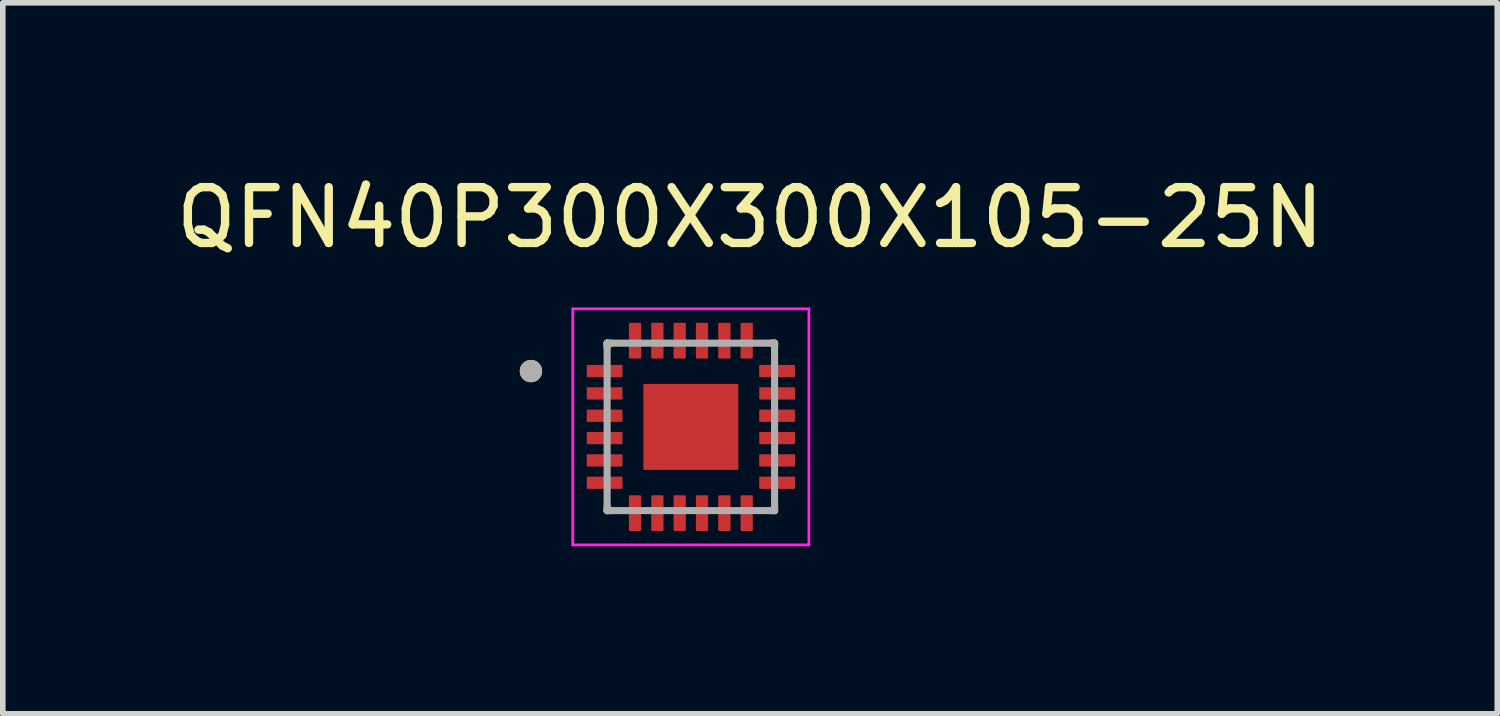
<source format=kicad_pcb>
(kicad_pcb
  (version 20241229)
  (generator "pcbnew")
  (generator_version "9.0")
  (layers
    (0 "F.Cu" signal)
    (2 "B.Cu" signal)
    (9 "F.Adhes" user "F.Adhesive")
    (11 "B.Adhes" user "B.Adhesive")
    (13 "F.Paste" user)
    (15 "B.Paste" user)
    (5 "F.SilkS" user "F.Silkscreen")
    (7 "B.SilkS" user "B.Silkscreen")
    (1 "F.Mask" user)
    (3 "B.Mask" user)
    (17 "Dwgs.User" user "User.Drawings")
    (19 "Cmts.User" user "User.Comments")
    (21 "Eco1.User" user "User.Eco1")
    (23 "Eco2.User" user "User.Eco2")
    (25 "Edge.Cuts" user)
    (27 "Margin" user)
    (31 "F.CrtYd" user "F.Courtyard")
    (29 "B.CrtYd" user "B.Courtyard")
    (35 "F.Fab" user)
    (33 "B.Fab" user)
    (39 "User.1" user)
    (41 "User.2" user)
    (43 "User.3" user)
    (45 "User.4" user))
  (footprint "QFN40P300X300X105-25N"
    (layer "F.Cu")
    (at 9.327 4.598)
    (property "Reference" "QFN40P300X300X105-25N" (at 1.06 -3.75 0) (layer "F.SilkS") (effects (font (size 1 1) (thickness 0.15))))
    (attr smd)
    (fp_line (start -1.5 -1.5) (end -1.43 -1.5) (stroke (width 0.127) (type solid)) (layer "F.SilkS"))
    (fp_line (start -1.5 -1.43) (end -1.5 -1.5) (stroke (width 0.127) (type solid)) (layer "F.SilkS"))
    (fp_line (start -1.5 1.5) (end -1.5 1.43) (stroke (width 0.127) (type solid)) (layer "F.SilkS"))
    (fp_line (start -1.43 1.5) (end -1.5 1.5) (stroke (width 0.127) (type solid)) (layer "F.SilkS"))
    (fp_line (start 1.43 -1.5) (end 1.5 -1.5) (stroke (width 0.127) (type solid)) (layer "F.SilkS"))
    (fp_line (start 1.5 -1.5) (end 1.5 -1.43) (stroke (width 0.127) (type solid)) (layer "F.SilkS"))
    (fp_line (start 1.5 1.5) (end 1.43 1.5) (stroke (width 0.127) (type solid)) (layer "F.SilkS"))
    (fp_line (start 1.5 1.5) (end 1.5 1.43) (stroke (width 0.127) (type solid)) (layer "F.SilkS"))
    (fp_circle (center -2.865 -1) (end -2.765 -1) (stroke (width 0.2) (type solid)) (fill no) (layer "F.SilkS"))
    (fp_poly (pts (xy -0.538 -0.487) (xy 0.538 -0.487) (xy 0.538 0.487) (xy -0.538 0.487)) (stroke (width 0.01) (type solid)) (fill yes) (layer "F.Paste"))
    (fp_line (start -2.115 -2.115) (end -2.115 2.115) (stroke (width 0.05) (type solid)) (layer "F.CrtYd"))
    (fp_line (start -2.115 2.115) (end 2.115 2.115) (stroke (width 0.05) (type solid)) (layer "F.CrtYd"))
    (fp_line (start 2.115 -2.115) (end -2.115 -2.115) (stroke (width 0.05) (type solid)) (layer "F.CrtYd"))
    (fp_line (start 2.115 2.115) (end 2.115 -2.115) (stroke (width 0.05) (type solid)) (layer "F.CrtYd"))
    (fp_line (start -1.5 -1.5) (end 1.5 -1.5) (stroke (width 0.127) (type solid)) (layer "F.Fab"))
    (fp_line (start -1.5 1.5) (end -1.5 -1.5) (stroke (width 0.127) (type solid)) (layer "F.Fab"))
    (fp_line (start 1.5 -1.5) (end 1.5 1.5) (stroke (width 0.127) (type solid)) (layer "F.Fab"))
    (fp_line (start 1.5 1.5) (end -1.5 1.5) (stroke (width 0.127) (type solid)) (layer "F.Fab"))
    (fp_circle (center -2.865 -1) (end -2.765 -1) (stroke (width 0.2) (type solid)) (fill no) (layer "F.Fab"))
    (pad "1" smd roundrect (at -1.545 -1) (size 0.64 0.22) (layers "F.Cu" "F.Mask" "F.Paste") (roundrect_rratio 0.03))
    (pad "2" smd roundrect (at -1.545 -0.6) (size 0.64 0.22) (layers "F.Cu" "F.Mask" "F.Paste") (roundrect_rratio 0.03))
    (pad "3" smd roundrect (at -1.545 -0.2) (size 0.64 0.22) (layers "F.Cu" "F.Mask" "F.Paste") (roundrect_rratio 0.03))
    (pad "4" smd roundrect (at -1.545 0.2) (size 0.64 0.22) (layers "F.Cu" "F.Mask" "F.Paste") (roundrect_rratio 0.03))
    (pad "5" smd roundrect (at -1.545 0.6) (size 0.64 0.22) (layers "F.Cu" "F.Mask" "F.Paste") (roundrect_rratio 0.03))
    (pad "6" smd roundrect (at -1.545 1) (size 0.64 0.22) (layers "F.Cu" "F.Mask" "F.Paste") (roundrect_rratio 0.03))
    (pad "7" smd roundrect (at -1 1.545) (size 0.22 0.64) (layers "F.Cu" "F.Mask" "F.Paste") (roundrect_rratio 0.08))
    (pad "8" smd roundrect (at -0.6 1.545) (size 0.22 0.64) (layers "F.Cu" "F.Mask" "F.Paste") (roundrect_rratio 0.08))
    (pad "9" smd roundrect (at -0.2 1.545) (size 0.22 0.64) (layers "F.Cu" "F.Mask" "F.Paste") (roundrect_rratio 0.08))
    (pad "10" smd roundrect (at 0.2 1.545) (size 0.22 0.64) (layers "F.Cu" "F.Mask" "F.Paste") (roundrect_rratio 0.08))
    (pad "11" smd roundrect (at 0.6 1.545) (size 0.22 0.64) (layers "F.Cu" "F.Mask" "F.Paste") (roundrect_rratio 0.08))
    (pad "12" smd roundrect (at 1 1.545) (size 0.22 0.64) (layers "F.Cu" "F.Mask" "F.Paste") (roundrect_rratio 0.08))
    (pad "13" smd roundrect (at 1.545 1) (size 0.64 0.22) (layers "F.Cu" "F.Mask" "F.Paste") (roundrect_rratio 0.03))
    (pad "14" smd roundrect (at 1.545 0.6) (size 0.64 0.22) (layers "F.Cu" "F.Mask" "F.Paste") (roundrect_rratio 0.03))
    (pad "15" smd roundrect (at 1.545 0.2) (size 0.64 0.22) (layers "F.Cu" "F.Mask" "F.Paste") (roundrect_rratio 0.03))
    (pad "16" smd roundrect (at 1.545 -0.2) (size 0.64 0.22) (layers "F.Cu" "F.Mask" "F.Paste") (roundrect_rratio 0.03))
    (pad "17" smd roundrect (at 1.545 -0.6) (size 0.64 0.22) (layers "F.Cu" "F.Mask" "F.Paste") (roundrect_rratio 0.03))
    (pad "18" smd roundrect (at 1.545 -1) (size 0.64 0.22) (layers "F.Cu" "F.Mask" "F.Paste") (roundrect_rratio 0.03))
    (pad "19" smd roundrect (at 1 -1.545) (size 0.22 0.64) (layers "F.Cu" "F.Mask" "F.Paste") (roundrect_rratio 0.08))
    (pad "20" smd roundrect (at 0.6 -1.545) (size 0.22 0.64) (layers "F.Cu" "F.Mask" "F.Paste") (roundrect_rratio 0.08))
    (pad "21" smd roundrect (at 0.2 -1.545) (size 0.22 0.64) (layers "F.Cu" "F.Mask" "F.Paste") (roundrect_rratio 0.08))
    (pad "22" smd roundrect (at -0.2 -1.545) (size 0.22 0.64) (layers "F.Cu" "F.Mask" "F.Paste") (roundrect_rratio 0.08))
    (pad "23" smd roundrect (at -0.6 -1.545) (size 0.22 0.64) (layers "F.Cu" "F.Mask" "F.Paste") (roundrect_rratio 0.08))
    (pad "24" smd roundrect (at -1 -1.545) (size 0.22 0.64) (layers "F.Cu" "F.Mask" "F.Paste") (roundrect_rratio 0.08))
    (pad "25" smd rect (at 0 0) (size 1.7 1.54) (layers "F.Cu" "F.Mask")))
  (gr_rect
    (start -3 -3)
    (end 23.774 9.738)
    (stroke (width 0.1) (type default))
    (fill no)
    (layer "Edge.Cuts")))
</source>
